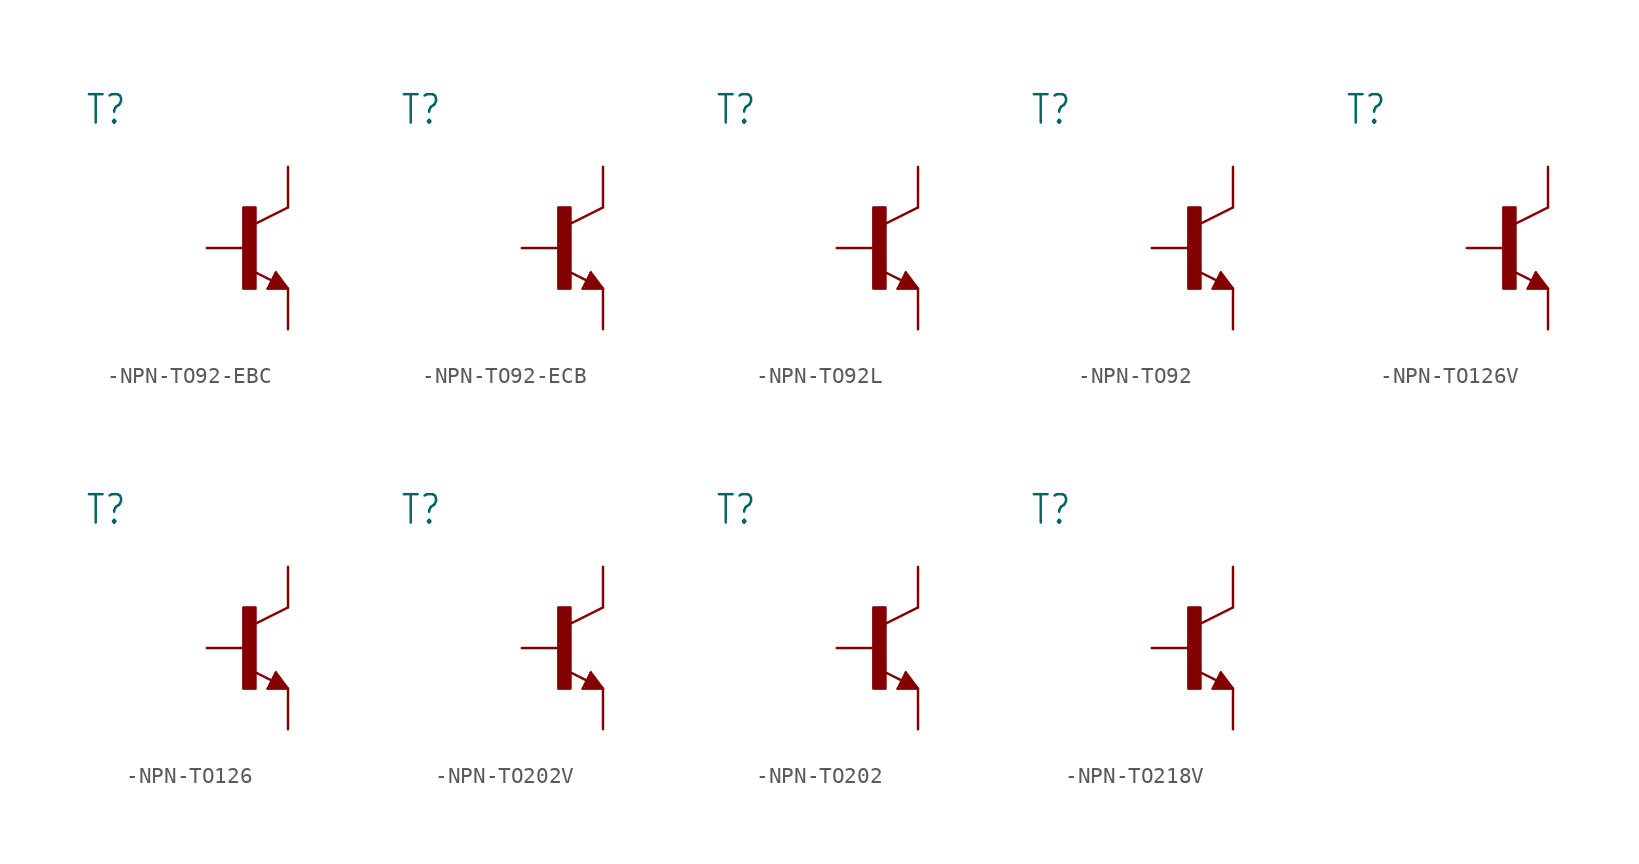
<source format=kicad_sym>
(kicad_symbol_lib
  (version 20241209)
  (generator "kicad_symbol_editor")
  (generator_version "9.0")
  (symbol "-NPN-TO92-EBC"
    (property "Reference" "T"
      (at -10.16 7.62 0)
      (effects (font (size 1.778 1.511)) (justify left bottom)))
    (property "Value" ""
      (at -10.16 5.08 0)
      (effects (font (size 1.778 1.511)) (justify left bottom)))
    (property "ki_locked" ""
      (at 0 0 0)
      (effects (font (size 1.27 1.27))))
    (symbol "-NPN-TO92-EBC_1_0"
      (rectangle (start -0.254 -2.54) (end 0.508 2.54) (stroke (width 0) (type default)) (fill (type outline)))
      (polyline (pts (xy 1.27 -2.54) (xy 1.778 -1.524)) (stroke (width 0.152) (type solid)) (fill (type none)))
      (polyline (pts (xy 1.524 -2.286) (xy 1.905 -2.286)) (stroke (width 0.254) (type solid)) (fill (type none)))
      (polyline (pts (xy 1.524 -2.413) (xy 2.286 -2.413)) (stroke (width 0.254) (type solid)) (fill (type none)))
      (polyline (pts (xy 1.54 -2.04) (xy 0.308 -1.424)) (stroke (width 0.152) (type solid)) (fill (type none)))
      (polyline (pts (xy 1.778 -1.524) (xy 2.54 -2.54)) (stroke (width 0.152) (type solid)) (fill (type none)))
      (polyline (pts (xy 1.778 -1.778) (xy 1.524 -2.286)) (stroke (width 0.254) (type solid)) (fill (type none)))
      (polyline (pts (xy 1.905 -2.286) (xy 1.778 -2.032)) (stroke (width 0.254) (type solid)) (fill (type none)))
      (polyline (pts (xy 2.286 -2.413) (xy 1.778 -1.778)) (stroke (width 0.254) (type solid)) (fill (type none)))
      (polyline (pts (xy 2.54 2.54) (xy 0.508 1.524)) (stroke (width 0.152) (type solid)) (fill (type none)))
      (polyline (pts (xy 2.54 -2.54) (xy 1.27 -2.54)) (stroke (width 0.152) (type solid)) (fill (type none)))
      (pin passive line (at -2.54 0 0) (length 2.54) (name "B" (effects (font (size 0 0)))) (number "B" (effects (font (size 0 0)))))
      (pin passive line (at 2.54 5.08 270) (length 2.54) (name "C" (effects (font (size 0 0)))) (number "C" (effects (font (size 0 0)))))
      (pin passive line (at 2.54 -5.08 90) (length 2.54) (name "E" (effects (font (size 0 0)))) (number "E" (effects (font (size 0 0)))))))
  (symbol "-NPN-TO92-ECB"
    (property "Reference" "T"
      (at -10.16 7.62 0)
      (effects (font (size 1.778 1.511)) (justify left bottom)))
    (property "Value" ""
      (at -10.16 5.08 0)
      (effects (font (size 1.778 1.511)) (justify left bottom)))
    (property "ki_locked" ""
      (at 0 0 0)
      (effects (font (size 1.27 1.27))))
    (symbol "-NPN-TO92-ECB_1_0"
      (rectangle (start -0.254 -2.54) (end 0.508 2.54) (stroke (width 0) (type default)) (fill (type outline)))
      (polyline (pts (xy 1.27 -2.54) (xy 1.778 -1.524)) (stroke (width 0.152) (type solid)) (fill (type none)))
      (polyline (pts (xy 1.524 -2.286) (xy 1.905 -2.286)) (stroke (width 0.254) (type solid)) (fill (type none)))
      (polyline (pts (xy 1.524 -2.413) (xy 2.286 -2.413)) (stroke (width 0.254) (type solid)) (fill (type none)))
      (polyline (pts (xy 1.54 -2.04) (xy 0.308 -1.424)) (stroke (width 0.152) (type solid)) (fill (type none)))
      (polyline (pts (xy 1.778 -1.524) (xy 2.54 -2.54)) (stroke (width 0.152) (type solid)) (fill (type none)))
      (polyline (pts (xy 1.778 -1.778) (xy 1.524 -2.286)) (stroke (width 0.254) (type solid)) (fill (type none)))
      (polyline (pts (xy 1.905 -2.286) (xy 1.778 -2.032)) (stroke (width 0.254) (type solid)) (fill (type none)))
      (polyline (pts (xy 2.286 -2.413) (xy 1.778 -1.778)) (stroke (width 0.254) (type solid)) (fill (type none)))
      (polyline (pts (xy 2.54 2.54) (xy 0.508 1.524)) (stroke (width 0.152) (type solid)) (fill (type none)))
      (polyline (pts (xy 2.54 -2.54) (xy 1.27 -2.54)) (stroke (width 0.152) (type solid)) (fill (type none)))
      (pin passive line (at -2.54 0 0) (length 2.54) (name "B" (effects (font (size 0 0)))) (number "B" (effects (font (size 0 0)))))
      (pin passive line (at 2.54 5.08 270) (length 2.54) (name "C" (effects (font (size 0 0)))) (number "C" (effects (font (size 0 0)))))
      (pin passive line (at 2.54 -5.08 90) (length 2.54) (name "E" (effects (font (size 0 0)))) (number "E" (effects (font (size 0 0)))))))
  (symbol "-NPN-TO92L"
    (property "Reference" "T"
      (at -10.16 7.62 0)
      (effects (font (size 1.778 1.511)) (justify left bottom)))
    (property "Value" ""
      (at -10.16 5.08 0)
      (effects (font (size 1.778 1.511)) (justify left bottom)))
    (property "ki_locked" ""
      (at 0 0 0)
      (effects (font (size 1.27 1.27))))
    (symbol "-NPN-TO92L_1_0"
      (rectangle (start -0.254 -2.54) (end 0.508 2.54) (stroke (width 0) (type default)) (fill (type outline)))
      (polyline (pts (xy 1.27 -2.54) (xy 1.778 -1.524)) (stroke (width 0.152) (type solid)) (fill (type none)))
      (polyline (pts (xy 1.524 -2.286) (xy 1.905 -2.286)) (stroke (width 0.254) (type solid)) (fill (type none)))
      (polyline (pts (xy 1.524 -2.413) (xy 2.286 -2.413)) (stroke (width 0.254) (type solid)) (fill (type none)))
      (polyline (pts (xy 1.54 -2.04) (xy 0.308 -1.424)) (stroke (width 0.152) (type solid)) (fill (type none)))
      (polyline (pts (xy 1.778 -1.524) (xy 2.54 -2.54)) (stroke (width 0.152) (type solid)) (fill (type none)))
      (polyline (pts (xy 1.778 -1.778) (xy 1.524 -2.286)) (stroke (width 0.254) (type solid)) (fill (type none)))
      (polyline (pts (xy 1.905 -2.286) (xy 1.778 -2.032)) (stroke (width 0.254) (type solid)) (fill (type none)))
      (polyline (pts (xy 2.286 -2.413) (xy 1.778 -1.778)) (stroke (width 0.254) (type solid)) (fill (type none)))
      (polyline (pts (xy 2.54 2.54) (xy 0.508 1.524)) (stroke (width 0.152) (type solid)) (fill (type none)))
      (polyline (pts (xy 2.54 -2.54) (xy 1.27 -2.54)) (stroke (width 0.152) (type solid)) (fill (type none)))
      (pin passive line (at -2.54 0 0) (length 2.54) (name "B" (effects (font (size 0 0)))) (number "2" (effects (font (size 0 0)))))
      (pin passive line (at 2.54 5.08 270) (length 2.54) (name "C" (effects (font (size 0 0)))) (number "3" (effects (font (size 0 0)))))
      (pin passive line (at 2.54 -5.08 90) (length 2.54) (name "E" (effects (font (size 0 0)))) (number "1" (effects (font (size 0 0)))))))
  (symbol "-NPN-TO92"
    (property "Reference" "T"
      (at -10.16 7.62 0)
      (effects (font (size 1.778 1.511)) (justify left bottom)))
    (property "Value" ""
      (at -10.16 5.08 0)
      (effects (font (size 1.778 1.511)) (justify left bottom)))
    (property "ki_locked" ""
      (at 0 0 0)
      (effects (font (size 1.27 1.27))))
    (symbol "-NPN-TO92_1_0"
      (rectangle (start -0.254 -2.54) (end 0.508 2.54) (stroke (width 0) (type default)) (fill (type outline)))
      (polyline (pts (xy 1.27 -2.54) (xy 1.778 -1.524)) (stroke (width 0.152) (type solid)) (fill (type none)))
      (polyline (pts (xy 1.524 -2.286) (xy 1.905 -2.286)) (stroke (width 0.254) (type solid)) (fill (type none)))
      (polyline (pts (xy 1.524 -2.413) (xy 2.286 -2.413)) (stroke (width 0.254) (type solid)) (fill (type none)))
      (polyline (pts (xy 1.54 -2.04) (xy 0.308 -1.424)) (stroke (width 0.152) (type solid)) (fill (type none)))
      (polyline (pts (xy 1.778 -1.524) (xy 2.54 -2.54)) (stroke (width 0.152) (type solid)) (fill (type none)))
      (polyline (pts (xy 1.778 -1.778) (xy 1.524 -2.286)) (stroke (width 0.254) (type solid)) (fill (type none)))
      (polyline (pts (xy 1.905 -2.286) (xy 1.778 -2.032)) (stroke (width 0.254) (type solid)) (fill (type none)))
      (polyline (pts (xy 2.286 -2.413) (xy 1.778 -1.778)) (stroke (width 0.254) (type solid)) (fill (type none)))
      (polyline (pts (xy 2.54 2.54) (xy 0.508 1.524)) (stroke (width 0.152) (type solid)) (fill (type none)))
      (polyline (pts (xy 2.54 -2.54) (xy 1.27 -2.54)) (stroke (width 0.152) (type solid)) (fill (type none)))
      (pin passive line (at -2.54 0 0) (length 2.54) (name "B" (effects (font (size 0 0)))) (number "2" (effects (font (size 0 0)))))
      (pin passive line (at 2.54 5.08 270) (length 2.54) (name "C" (effects (font (size 0 0)))) (number "3" (effects (font (size 0 0)))))
      (pin passive line (at 2.54 -5.08 90) (length 2.54) (name "E" (effects (font (size 0 0)))) (number "1" (effects (font (size 0 0)))))))
  (symbol "-NPN-TO126V"
    (property "Reference" "T"
      (at -10.16 7.62 0)
      (effects (font (size 1.778 1.511)) (justify left bottom)))
    (property "Value" ""
      (at -10.16 5.08 0)
      (effects (font (size 1.778 1.511)) (justify left bottom)))
    (property "ki_locked" ""
      (at 0 0 0)
      (effects (font (size 1.27 1.27))))
    (symbol "-NPN-TO126V_1_0"
      (rectangle (start -0.254 -2.54) (end 0.508 2.54) (stroke (width 0) (type default)) (fill (type outline)))
      (polyline (pts (xy 1.27 -2.54) (xy 1.778 -1.524)) (stroke (width 0.152) (type solid)) (fill (type none)))
      (polyline (pts (xy 1.524 -2.286) (xy 1.905 -2.286)) (stroke (width 0.254) (type solid)) (fill (type none)))
      (polyline (pts (xy 1.524 -2.413) (xy 2.286 -2.413)) (stroke (width 0.254) (type solid)) (fill (type none)))
      (polyline (pts (xy 1.54 -2.04) (xy 0.308 -1.424)) (stroke (width 0.152) (type solid)) (fill (type none)))
      (polyline (pts (xy 1.778 -1.524) (xy 2.54 -2.54)) (stroke (width 0.152) (type solid)) (fill (type none)))
      (polyline (pts (xy 1.778 -1.778) (xy 1.524 -2.286)) (stroke (width 0.254) (type solid)) (fill (type none)))
      (polyline (pts (xy 1.905 -2.286) (xy 1.778 -2.032)) (stroke (width 0.254) (type solid)) (fill (type none)))
      (polyline (pts (xy 2.286 -2.413) (xy 1.778 -1.778)) (stroke (width 0.254) (type solid)) (fill (type none)))
      (polyline (pts (xy 2.54 2.54) (xy 0.508 1.524)) (stroke (width 0.152) (type solid)) (fill (type none)))
      (polyline (pts (xy 2.54 -2.54) (xy 1.27 -2.54)) (stroke (width 0.152) (type solid)) (fill (type none)))
      (pin passive line (at -2.54 0 0) (length 2.54) (name "B" (effects (font (size 0 0)))) (number "3" (effects (font (size 0 0)))))
      (pin passive line (at 2.54 5.08 270) (length 2.54) (name "C" (effects (font (size 0 0)))) (number "2" (effects (font (size 0 0)))))
      (pin passive line (at 2.54 -5.08 90) (length 2.54) (name "E" (effects (font (size 0 0)))) (number "1" (effects (font (size 0 0)))))))
  (symbol "-NPN-TO126"
    (property "Reference" "T"
      (at -10.16 7.62 0)
      (effects (font (size 1.778 1.511)) (justify left bottom)))
    (property "Value" ""
      (at -10.16 5.08 0)
      (effects (font (size 1.778 1.511)) (justify left bottom)))
    (property "ki_locked" ""
      (at 0 0 0)
      (effects (font (size 1.27 1.27))))
    (symbol "-NPN-TO126_1_0"
      (rectangle (start -0.254 -2.54) (end 0.508 2.54) (stroke (width 0) (type default)) (fill (type outline)))
      (polyline (pts (xy 1.27 -2.54) (xy 1.778 -1.524)) (stroke (width 0.152) (type solid)) (fill (type none)))
      (polyline (pts (xy 1.524 -2.286) (xy 1.905 -2.286)) (stroke (width 0.254) (type solid)) (fill (type none)))
      (polyline (pts (xy 1.524 -2.413) (xy 2.286 -2.413)) (stroke (width 0.254) (type solid)) (fill (type none)))
      (polyline (pts (xy 1.54 -2.04) (xy 0.308 -1.424)) (stroke (width 0.152) (type solid)) (fill (type none)))
      (polyline (pts (xy 1.778 -1.524) (xy 2.54 -2.54)) (stroke (width 0.152) (type solid)) (fill (type none)))
      (polyline (pts (xy 1.778 -1.778) (xy 1.524 -2.286)) (stroke (width 0.254) (type solid)) (fill (type none)))
      (polyline (pts (xy 1.905 -2.286) (xy 1.778 -2.032)) (stroke (width 0.254) (type solid)) (fill (type none)))
      (polyline (pts (xy 2.286 -2.413) (xy 1.778 -1.778)) (stroke (width 0.254) (type solid)) (fill (type none)))
      (polyline (pts (xy 2.54 2.54) (xy 0.508 1.524)) (stroke (width 0.152) (type solid)) (fill (type none)))
      (polyline (pts (xy 2.54 -2.54) (xy 1.27 -2.54)) (stroke (width 0.152) (type solid)) (fill (type none)))
      (pin passive line (at -2.54 0 0) (length 2.54) (name "B" (effects (font (size 0 0)))) (number "3" (effects (font (size 0 0)))))
      (pin passive line (at 2.54 5.08 270) (length 2.54) (name "C" (effects (font (size 0 0)))) (number "2" (effects (font (size 0 0)))))
      (pin passive line (at 2.54 -5.08 90) (length 2.54) (name "E" (effects (font (size 0 0)))) (number "1" (effects (font (size 0 0)))))))
  (symbol "-NPN-TO202V"
    (property "Reference" "T"
      (at -10.16 7.62 0)
      (effects (font (size 1.778 1.511)) (justify left bottom)))
    (property "Value" ""
      (at -10.16 5.08 0)
      (effects (font (size 1.778 1.511)) (justify left bottom)))
    (property "ki_locked" ""
      (at 0 0 0)
      (effects (font (size 1.27 1.27))))
    (symbol "-NPN-TO202V_1_0"
      (rectangle (start -0.254 -2.54) (end 0.508 2.54) (stroke (width 0) (type default)) (fill (type outline)))
      (polyline (pts (xy 1.27 -2.54) (xy 1.778 -1.524)) (stroke (width 0.152) (type solid)) (fill (type none)))
      (polyline (pts (xy 1.524 -2.286) (xy 1.905 -2.286)) (stroke (width 0.254) (type solid)) (fill (type none)))
      (polyline (pts (xy 1.524 -2.413) (xy 2.286 -2.413)) (stroke (width 0.254) (type solid)) (fill (type none)))
      (polyline (pts (xy 1.54 -2.04) (xy 0.308 -1.424)) (stroke (width 0.152) (type solid)) (fill (type none)))
      (polyline (pts (xy 1.778 -1.524) (xy 2.54 -2.54)) (stroke (width 0.152) (type solid)) (fill (type none)))
      (polyline (pts (xy 1.778 -1.778) (xy 1.524 -2.286)) (stroke (width 0.254) (type solid)) (fill (type none)))
      (polyline (pts (xy 1.905 -2.286) (xy 1.778 -2.032)) (stroke (width 0.254) (type solid)) (fill (type none)))
      (polyline (pts (xy 2.286 -2.413) (xy 1.778 -1.778)) (stroke (width 0.254) (type solid)) (fill (type none)))
      (polyline (pts (xy 2.54 2.54) (xy 0.508 1.524)) (stroke (width 0.152) (type solid)) (fill (type none)))
      (polyline (pts (xy 2.54 -2.54) (xy 1.27 -2.54)) (stroke (width 0.152) (type solid)) (fill (type none)))
      (pin passive line (at -2.54 0 0) (length 2.54) (name "B" (effects (font (size 0 0)))) (number "3" (effects (font (size 0 0)))))
      (pin passive line (at 2.54 5.08 270) (length 2.54) (name "C" (effects (font (size 0 0)))) (number "2" (effects (font (size 0 0)))))
      (pin passive line (at 2.54 -5.08 90) (length 2.54) (name "E" (effects (font (size 0 0)))) (number "1" (effects (font (size 0 0)))))))
  (symbol "-NPN-TO202"
    (property "Reference" "T"
      (at -10.16 7.62 0)
      (effects (font (size 1.778 1.511)) (justify left bottom)))
    (property "Value" ""
      (at -10.16 5.08 0)
      (effects (font (size 1.778 1.511)) (justify left bottom)))
    (property "ki_locked" ""
      (at 0 0 0)
      (effects (font (size 1.27 1.27))))
    (symbol "-NPN-TO202_1_0"
      (rectangle (start -0.254 -2.54) (end 0.508 2.54) (stroke (width 0) (type default)) (fill (type outline)))
      (polyline (pts (xy 1.27 -2.54) (xy 1.778 -1.524)) (stroke (width 0.152) (type solid)) (fill (type none)))
      (polyline (pts (xy 1.524 -2.286) (xy 1.905 -2.286)) (stroke (width 0.254) (type solid)) (fill (type none)))
      (polyline (pts (xy 1.524 -2.413) (xy 2.286 -2.413)) (stroke (width 0.254) (type solid)) (fill (type none)))
      (polyline (pts (xy 1.54 -2.04) (xy 0.308 -1.424)) (stroke (width 0.152) (type solid)) (fill (type none)))
      (polyline (pts (xy 1.778 -1.524) (xy 2.54 -2.54)) (stroke (width 0.152) (type solid)) (fill (type none)))
      (polyline (pts (xy 1.778 -1.778) (xy 1.524 -2.286)) (stroke (width 0.254) (type solid)) (fill (type none)))
      (polyline (pts (xy 1.905 -2.286) (xy 1.778 -2.032)) (stroke (width 0.254) (type solid)) (fill (type none)))
      (polyline (pts (xy 2.286 -2.413) (xy 1.778 -1.778)) (stroke (width 0.254) (type solid)) (fill (type none)))
      (polyline (pts (xy 2.54 2.54) (xy 0.508 1.524)) (stroke (width 0.152) (type solid)) (fill (type none)))
      (polyline (pts (xy 2.54 -2.54) (xy 1.27 -2.54)) (stroke (width 0.152) (type solid)) (fill (type none)))
      (pin passive line (at -2.54 0 0) (length 2.54) (name "B" (effects (font (size 0 0)))) (number "3" (effects (font (size 0 0)))))
      (pin passive line (at 2.54 5.08 270) (length 2.54) (name "C" (effects (font (size 0 0)))) (number "2" (effects (font (size 0 0)))))
      (pin passive line (at 2.54 -5.08 90) (length 2.54) (name "E" (effects (font (size 0 0)))) (number "1" (effects (font (size 0 0)))))))
  (symbol "-NPN-TO218V"
    (property "Reference" "T"
      (at -10.16 7.62 0)
      (effects (font (size 1.778 1.511)) (justify left bottom)))
    (property "Value" ""
      (at -10.16 5.08 0)
      (effects (font (size 1.778 1.511)) (justify left bottom)))
    (property "ki_locked" ""
      (at 0 0 0)
      (effects (font (size 1.27 1.27))))
    (symbol "-NPN-TO218V_1_0"
      (rectangle (start -0.254 -2.54) (end 0.508 2.54) (stroke (width 0) (type default)) (fill (type outline)))
      (polyline (pts (xy 1.27 -2.54) (xy 1.778 -1.524)) (stroke (width 0.152) (type solid)) (fill (type none)))
      (polyline (pts (xy 1.524 -2.286) (xy 1.905 -2.286)) (stroke (width 0.254) (type solid)) (fill (type none)))
      (polyline (pts (xy 1.524 -2.413) (xy 2.286 -2.413)) (stroke (width 0.254) (type solid)) (fill (type none)))
      (polyline (pts (xy 1.54 -2.04) (xy 0.308 -1.424)) (stroke (width 0.152) (type solid)) (fill (type none)))
      (polyline (pts (xy 1.778 -1.524) (xy 2.54 -2.54)) (stroke (width 0.152) (type solid)) (fill (type none)))
      (polyline (pts (xy 1.778 -1.778) (xy 1.524 -2.286)) (stroke (width 0.254) (type solid)) (fill (type none)))
      (polyline (pts (xy 1.905 -2.286) (xy 1.778 -2.032)) (stroke (width 0.254) (type solid)) (fill (type none)))
      (polyline (pts (xy 2.286 -2.413) (xy 1.778 -1.778)) (stroke (width 0.254) (type solid)) (fill (type none)))
      (polyline (pts (xy 2.54 2.54) (xy 0.508 1.524)) (stroke (width 0.152) (type solid)) (fill (type none)))
      (polyline (pts (xy 2.54 -2.54) (xy 1.27 -2.54)) (stroke (width 0.152) (type solid)) (fill (type none)))
      (pin passive line (at -2.54 0 0) (length 2.54) (name "B" (effects (font (size 0 0)))) (number "1" (effects (font (size 0 0)))))
      (pin passive line (at 2.54 5.08 270) (length 2.54) (name "C" (effects (font (size 0 0)))) (number "2" (effects (font (size 0 0)))))
      (pin passive line (at 2.54 -5.08 90) (length 2.54) (name "E" (effects (font (size 0 0)))) (number "3" (effects (font (size 0 0))))))))
</source>
